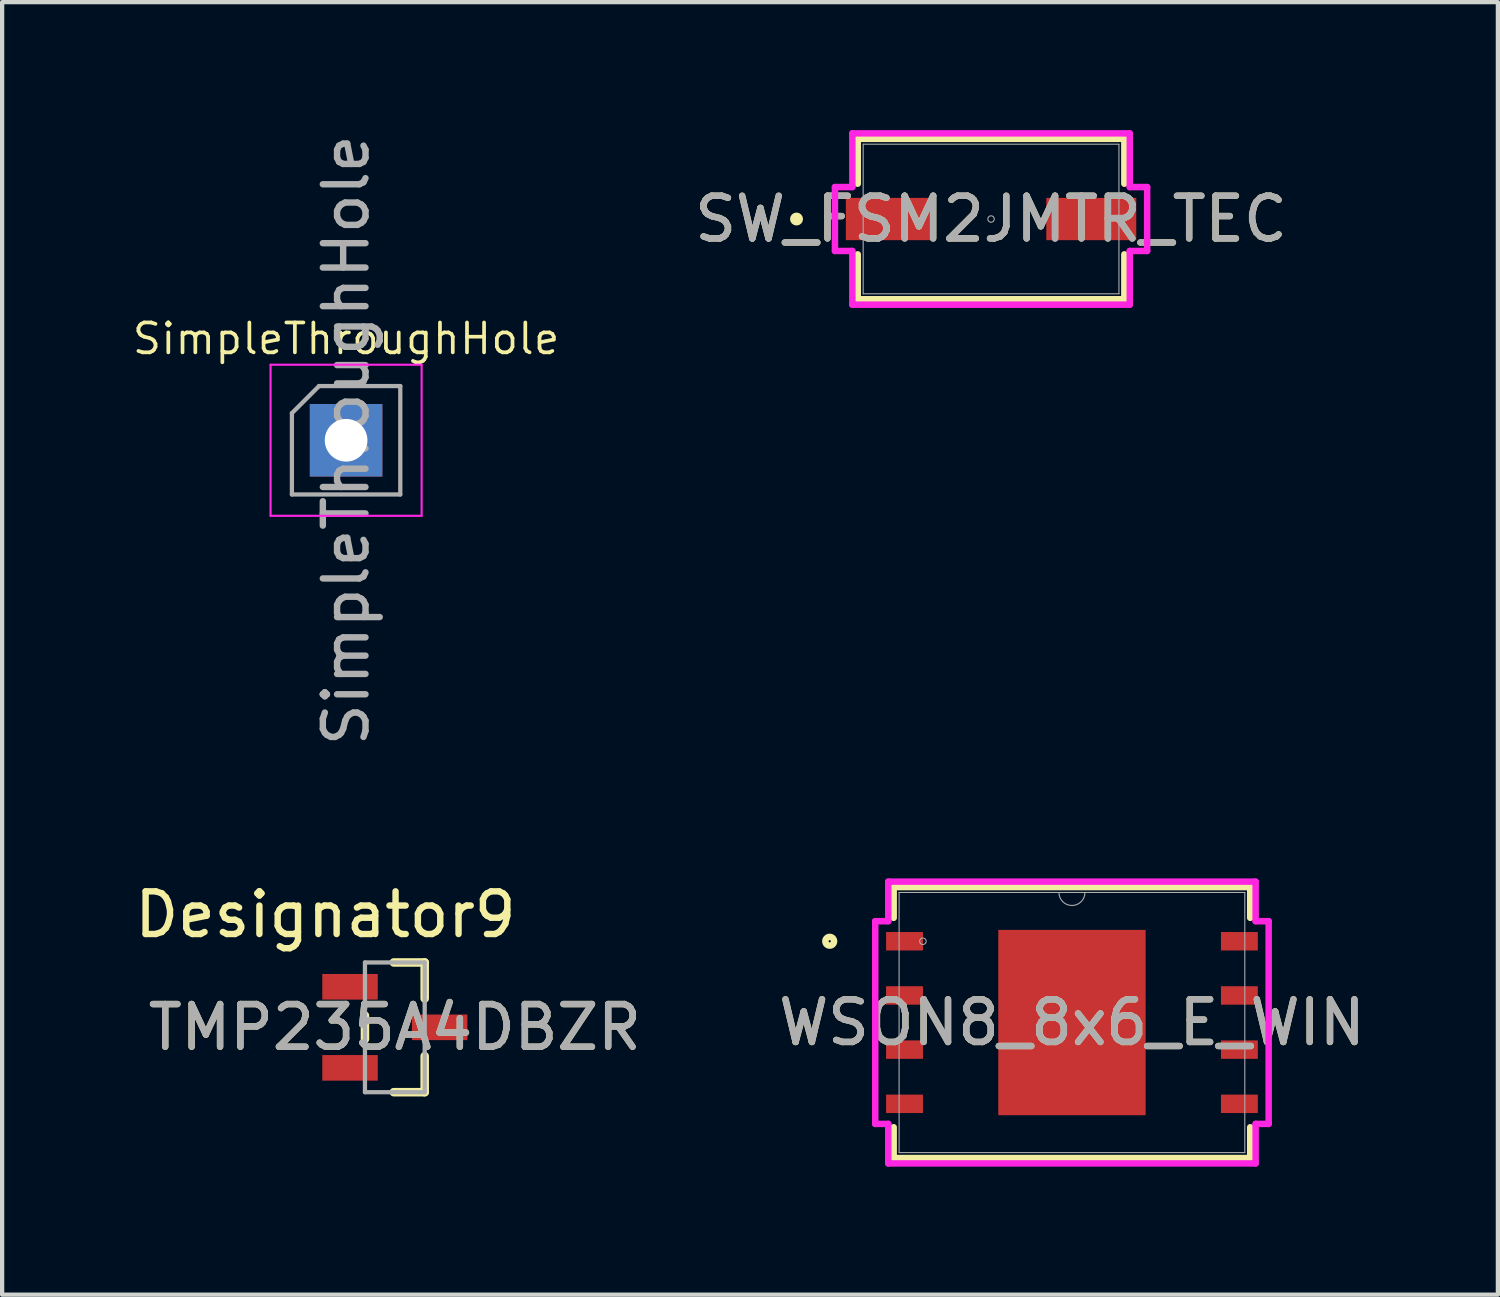
<source format=kicad_pcb>
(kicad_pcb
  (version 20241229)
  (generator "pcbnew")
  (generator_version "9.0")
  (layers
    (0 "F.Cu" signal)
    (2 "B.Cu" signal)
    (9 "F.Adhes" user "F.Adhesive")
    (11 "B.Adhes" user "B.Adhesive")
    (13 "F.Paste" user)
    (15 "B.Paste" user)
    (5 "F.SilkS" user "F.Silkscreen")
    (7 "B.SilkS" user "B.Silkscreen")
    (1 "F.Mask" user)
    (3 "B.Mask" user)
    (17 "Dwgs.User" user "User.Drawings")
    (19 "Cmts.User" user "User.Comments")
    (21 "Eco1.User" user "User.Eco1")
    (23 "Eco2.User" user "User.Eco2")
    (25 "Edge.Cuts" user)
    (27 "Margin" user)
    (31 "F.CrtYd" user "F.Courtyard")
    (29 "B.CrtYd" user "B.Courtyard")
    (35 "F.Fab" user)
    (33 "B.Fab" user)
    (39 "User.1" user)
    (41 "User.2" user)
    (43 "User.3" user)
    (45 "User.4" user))
  (footprint "TMP235A4DBZR"
    (layer "F.Cu")
    (at 6.203 21.026)
    (property "Reference" "TMP235A4DBZR" (at 0 0 0) (unlocked yes) (layer "F.SilkS") (effects (font (size 1 1) (thickness 0.15))))
    (attr smd)
    (fp_line (start -0.7 0.275) (end -0.7 -0.275) (stroke (width 0.2) (type solid)) (layer "F.SilkS"))
    (fp_line (start -0.025 -1.52) (end 0.7 -1.52) (stroke (width 0.2) (type solid)) (layer "F.SilkS"))
    (fp_line (start -0.025 1.52) (end 0.7 1.52) (stroke (width 0.2) (type solid)) (layer "F.SilkS"))
    (fp_line (start 0.7 -0.675) (end 0.7 -1.52) (stroke (width 0.2) (type solid)) (layer "F.SilkS"))
    (fp_line (start 0.7 1.52) (end 0.7 0.675) (stroke (width 0.2) (type solid)) (layer "F.SilkS"))
    (fp_line (start -0.7 -1.52) (end 0.7 -1.52) (stroke (width 0.1) (type solid)) (layer "F.Fab"))
    (fp_line (start -0.7 1.52) (end -0.7 -1.52) (stroke (width 0.1) (type solid)) (layer "F.Fab"))
    (fp_line (start -0.7 1.52) (end 0.7 1.52) (stroke (width 0.1) (type solid)) (layer "F.Fab"))
    (fp_line (start 0.7 1.52) (end 0.7 -1.52) (stroke (width 0.1) (type solid)) (layer "F.Fab"))
    (fp_text user "Designator9" (at -1.626 -2.642 0) (unlocked yes) (layer "F.SilkS") (effects (font (size 1 1) (thickness 0.15))))
    (fp_text user "${REFERENCE}" (at 0 0 0) (unlocked yes) (layer "F.Fab") (effects (font (size 1 1) (thickness 0.15))))
    (pad "1" smd rect (at -1.05 -0.95) (size 1.3 0.6) (layers "F.Cu" "F.Mask" "F.Paste"))
    (pad "2" smd rect (at -1.05 0.95) (size 1.3 0.6) (layers "F.Cu" "F.Mask" "F.Paste"))
    (pad "3" smd rect (at 1.05 0) (size 1.3 0.6) (layers "F.Cu" "F.Mask" "F.Paste")))
  (footprint "SW_FSM2JMTR_TEC"
    (layer "F.Cu")
    (at 20.176 2.083)
    (property "Reference" "SW_FSM2JMTR_TEC" (at 0 0 0) (unlocked yes) (layer "F.SilkS") (effects (font (size 1 1) (thickness 0.15))))
    (attr smd)
    (fp_line (start -3.124 -1.88) (end -3.124 -0.828) (stroke (width 0.152) (type solid)) (layer "F.SilkS"))
    (fp_line (start -3.124 0.828) (end -3.124 1.88) (stroke (width 0.152) (type solid)) (layer "F.SilkS"))
    (fp_line (start -3.124 1.88) (end 3.124 1.88) (stroke (width 0.152) (type solid)) (layer "F.SilkS"))
    (fp_line (start 3.124 -1.88) (end -3.124 -1.88) (stroke (width 0.152) (type solid)) (layer "F.SilkS"))
    (fp_line (start 3.124 -0.828) (end 3.124 -1.88) (stroke (width 0.152) (type solid)) (layer "F.SilkS"))
    (fp_line (start 3.124 1.88) (end 3.124 0.828) (stroke (width 0.152) (type solid)) (layer "F.SilkS"))
    (fp_circle (center -4.559 0) (end -4.483 0) (stroke (width 0.152) (type solid)) (fill no) (layer "F.SilkS"))
    (fp_line (start -3.658 -0.749) (end -3.251 -0.749) (stroke (width 0.152) (type solid)) (layer "F.CrtYd"))
    (fp_line (start -3.658 0.749) (end -3.658 -0.749) (stroke (width 0.152) (type solid)) (layer "F.CrtYd"))
    (fp_line (start -3.658 0.749) (end -3.251 0.749) (stroke (width 0.152) (type solid)) (layer "F.CrtYd"))
    (fp_line (start -3.251 -2.007) (end 3.251 -2.007) (stroke (width 0.152) (type solid)) (layer "F.CrtYd"))
    (fp_line (start -3.251 -0.749) (end -3.251 -2.007) (stroke (width 0.152) (type solid)) (layer "F.CrtYd"))
    (fp_line (start -3.251 2.007) (end -3.251 0.749) (stroke (width 0.152) (type solid)) (layer "F.CrtYd"))
    (fp_line (start 3.251 -2.007) (end 3.251 -0.749) (stroke (width 0.152) (type solid)) (layer "F.CrtYd"))
    (fp_line (start 3.251 0.749) (end 3.251 2.007) (stroke (width 0.152) (type solid)) (layer "F.CrtYd"))
    (fp_line (start 3.251 2.007) (end -3.251 2.007) (stroke (width 0.152) (type solid)) (layer "F.CrtYd"))
    (fp_line (start 3.658 -0.749) (end 3.251 -0.749) (stroke (width 0.152) (type solid)) (layer "F.CrtYd"))
    (fp_line (start 3.658 -0.749) (end 3.658 0.749) (stroke (width 0.152) (type solid)) (layer "F.CrtYd"))
    (fp_line (start 3.658 0.749) (end 3.251 0.749) (stroke (width 0.152) (type solid)) (layer "F.CrtYd"))
    (fp_line (start -2.997 -1.753) (end -2.997 1.753) (stroke (width 0.025) (type solid)) (layer "F.Fab"))
    (fp_line (start -2.997 1.753) (end 2.997 1.753) (stroke (width 0.025) (type solid)) (layer "F.Fab"))
    (fp_line (start 2.997 -1.753) (end -2.997 -1.753) (stroke (width 0.025) (type solid)) (layer "F.Fab"))
    (fp_line (start 2.997 1.753) (end 2.997 -1.753) (stroke (width 0.025) (type solid)) (layer "F.Fab"))
    (fp_circle (center 0 0) (end 0.076 0) (stroke (width 0.025) (type solid)) (fill no) (layer "F.Fab"))
    (fp_text user "${REFERENCE}" (at 0 0 0) (unlocked yes) (layer "F.Fab") (effects (font (size 1 1) (thickness 0.15))))
    (pad "1" smd rect (at -2.349 0) (size 2.108 0.991) (layers "F.Cu" "F.Mask" "F.Paste"))
    (pad "2" smd rect (at 2.349 0) (size 2.108 0.991) (layers "F.Cu" "F.Mask" "F.Paste")))
  (footprint "WSON8_8x6_E_WIN"
    (layer "F.Cu")
    (at 22.072 20.914)
    (property "Reference" "WSON8_8x6_E_WIN" (at 0 0 0) (unlocked yes) (layer "F.SilkS") (effects (font (size 1 1) (thickness 0.15))))
    (attr smd)
    (fp_line (start -4.178 -3.175) (end -4.178 -2.454) (stroke (width 0.152) (type solid)) (layer "F.SilkS"))
    (fp_line (start -4.178 2.454) (end -4.178 3.175) (stroke (width 0.152) (type solid)) (layer "F.SilkS"))
    (fp_line (start -4.178 3.175) (end 4.178 3.175) (stroke (width 0.152) (type solid)) (layer "F.SilkS"))
    (fp_line (start 4.178 -3.175) (end -4.178 -3.175) (stroke (width 0.152) (type solid)) (layer "F.SilkS"))
    (fp_line (start 4.178 -2.454) (end 4.178 -3.175) (stroke (width 0.152) (type solid)) (layer "F.SilkS"))
    (fp_line (start 4.178 3.175) (end 4.178 2.454) (stroke (width 0.152) (type solid)) (layer "F.SilkS"))
    (fp_circle (center -5.677 -1.905) (end -5.575 -1.905) (stroke (width 0.152) (type solid)) (fill no) (layer "F.SilkS"))
    (fp_poly (pts (xy -1.627 -2.072) (xy -1.627 -0.824) (xy -0.1 -0.824) (xy -0.1 -2.072)) (stroke (width 0) (type solid)) (fill yes) (layer "F.Paste"))
    (fp_poly (pts (xy -1.627 -0.624) (xy -1.627 0.624) (xy -0.1 0.624) (xy -0.1 -0.624)) (stroke (width 0) (type solid)) (fill yes) (layer "F.Paste"))
    (fp_poly (pts (xy -1.627 0.824) (xy -1.627 2.072) (xy -0.1 2.072) (xy -0.1 0.824)) (stroke (width 0) (type solid)) (fill yes) (layer "F.Paste"))
    (fp_poly (pts (xy 0.1 -2.072) (xy 0.1 -0.824) (xy 1.627 -0.824) (xy 1.627 -2.072)) (stroke (width 0) (type solid)) (fill yes) (layer "F.Paste"))
    (fp_poly (pts (xy 0.1 -0.624) (xy 0.1 0.624) (xy 1.627 0.624) (xy 1.627 -0.624)) (stroke (width 0) (type solid)) (fill yes) (layer "F.Paste"))
    (fp_poly (pts (xy 0.1 0.824) (xy 0.1 2.072) (xy 1.627 2.072) (xy 1.627 0.824)) (stroke (width 0) (type solid)) (fill yes) (layer "F.Paste"))
    (fp_line (start -4.61 -2.375) (end -4.305 -2.375) (stroke (width 0.152) (type solid)) (layer "F.CrtYd"))
    (fp_line (start -4.61 2.375) (end -4.61 -2.375) (stroke (width 0.152) (type solid)) (layer "F.CrtYd"))
    (fp_line (start -4.61 2.375) (end -4.305 2.375) (stroke (width 0.152) (type solid)) (layer "F.CrtYd"))
    (fp_line (start -4.305 -3.302) (end 4.305 -3.302) (stroke (width 0.152) (type solid)) (layer "F.CrtYd"))
    (fp_line (start -4.305 -2.375) (end -4.305 -3.302) (stroke (width 0.152) (type solid)) (layer "F.CrtYd"))
    (fp_line (start -4.305 3.302) (end -4.305 2.375) (stroke (width 0.152) (type solid)) (layer "F.CrtYd"))
    (fp_line (start 4.305 -3.302) (end 4.305 -2.375) (stroke (width 0.152) (type solid)) (layer "F.CrtYd"))
    (fp_line (start 4.305 2.375) (end 4.305 3.302) (stroke (width 0.152) (type solid)) (layer "F.CrtYd"))
    (fp_line (start 4.305 3.302) (end -4.305 3.302) (stroke (width 0.152) (type solid)) (layer "F.CrtYd"))
    (fp_line (start 4.61 -2.375) (end 4.305 -2.375) (stroke (width 0.152) (type solid)) (layer "F.CrtYd"))
    (fp_line (start 4.61 -2.375) (end 4.61 2.375) (stroke (width 0.152) (type solid)) (layer "F.CrtYd"))
    (fp_line (start 4.61 2.375) (end 4.305 2.375) (stroke (width 0.152) (type solid)) (layer "F.CrtYd"))
    (fp_line (start -4.051 -3.048) (end -4.051 3.048) (stroke (width 0.025) (type solid)) (layer "F.Fab"))
    (fp_line (start -4.051 3.048) (end 4.051 3.048) (stroke (width 0.025) (type solid)) (layer "F.Fab"))
    (fp_line (start 4.051 -3.048) (end -4.051 -3.048) (stroke (width 0.025) (type solid)) (layer "F.Fab"))
    (fp_line (start 4.051 3.048) (end 4.051 -3.048) (stroke (width 0.025) (type solid)) (layer "F.Fab"))
    (fp_arc (start 0.3048 -3.048) (mid 0 -2.7432) (end -0.3048 -3.048) (stroke (width 0.0254) (type solid)) (layer "F.Fab"))
    (fp_circle (center -3.493 -1.905) (end -3.416 -1.905) (stroke (width 0.025) (type solid)) (fill no) (layer "F.Fab"))
    (fp_text user "${REFERENCE}" (at 0 0 0) (unlocked yes) (layer "F.Fab") (effects (font (size 1 1) (thickness 0.15))))
    (pad "1" smd rect (at -3.924 -1.905) (size 0.864 0.432) (layers "F.Cu" "F.Mask" "F.Paste"))
    (pad "2" smd rect (at -3.924 -0.635) (size 0.864 0.432) (layers "F.Cu" "F.Mask" "F.Paste"))
    (pad "3" smd rect (at -3.924 0.635) (size 0.864 0.432) (layers "F.Cu" "F.Mask" "F.Paste"))
    (pad "4" smd rect (at -3.924 1.905) (size 0.864 0.432) (layers "F.Cu" "F.Mask" "F.Paste"))
    (pad "5" smd rect (at 3.924 1.905) (size 0.864 0.432) (layers "F.Cu" "F.Mask" "F.Paste"))
    (pad "6" smd rect (at 3.924 0.635) (size 0.864 0.432) (layers "F.Cu" "F.Mask" "F.Paste"))
    (pad "7" smd rect (at 3.924 -0.635) (size 0.864 0.432) (layers "F.Cu" "F.Mask" "F.Paste"))
    (pad "8" smd rect (at 3.924 -1.905) (size 0.864 0.432) (layers "F.Cu" "F.Mask" "F.Paste"))
    (pad "9" smd rect (at 0 0) (size 3.454 4.343) (layers "F.Cu" "F.Mask" "F.Paste")))
  (footprint "SimpleThroughHole"
    (layer "F.Cu")
    (at 5.061 7.268)
    (property "Reference" "SimpleThroughHole" (at 0 -2.38 0) (layer "F.SilkS") (effects (font (size 0.7 0.7) (thickness 0.087))))
    (attr through_hole)
    (fp_line (start -1.77 -1.77) (end -1.77 1.77) (stroke (width 0.05) (type solid)) (layer "F.CrtYd"))
    (fp_line (start -1.77 1.77) (end 1.77 1.77) (stroke (width 0.05) (type solid)) (layer "F.CrtYd"))
    (fp_line (start 1.77 -1.77) (end -1.77 -1.77) (stroke (width 0.05) (type solid)) (layer "F.CrtYd"))
    (fp_line (start 1.77 1.77) (end 1.77 -1.77) (stroke (width 0.05) (type solid)) (layer "F.CrtYd"))
    (fp_line (start -1.27 -0.635) (end -0.635 -1.27) (stroke (width 0.1) (type solid)) (layer "F.Fab"))
    (fp_line (start -1.27 1.27) (end -1.27 -0.635) (stroke (width 0.1) (type solid)) (layer "F.Fab"))
    (fp_line (start -0.635 -1.27) (end 1.27 -1.27) (stroke (width 0.1) (type solid)) (layer "F.Fab"))
    (fp_line (start 1.27 -1.27) (end 1.27 1.27) (stroke (width 0.1) (type solid)) (layer "F.Fab"))
    (fp_line (start 1.27 1.27) (end -1.27 1.27) (stroke (width 0.1) (type solid)) (layer "F.Fab"))
    (fp_text user "${REFERENCE}" (at 0 0 90) (layer "F.Fab") (effects (font (size 1 1) (thickness 0.15))))
    (pad "1" thru_hole rect (at 0 0) (size 1.7 1.7) (drill 1) (layers "*.Cu" "*.Mask")))
  (gr_rect
    (start -3 -3)
    (end 32.054 27.292)
    (stroke (width 0.1) (type default))
    (fill no)
    (layer "Edge.Cuts")))
</source>
